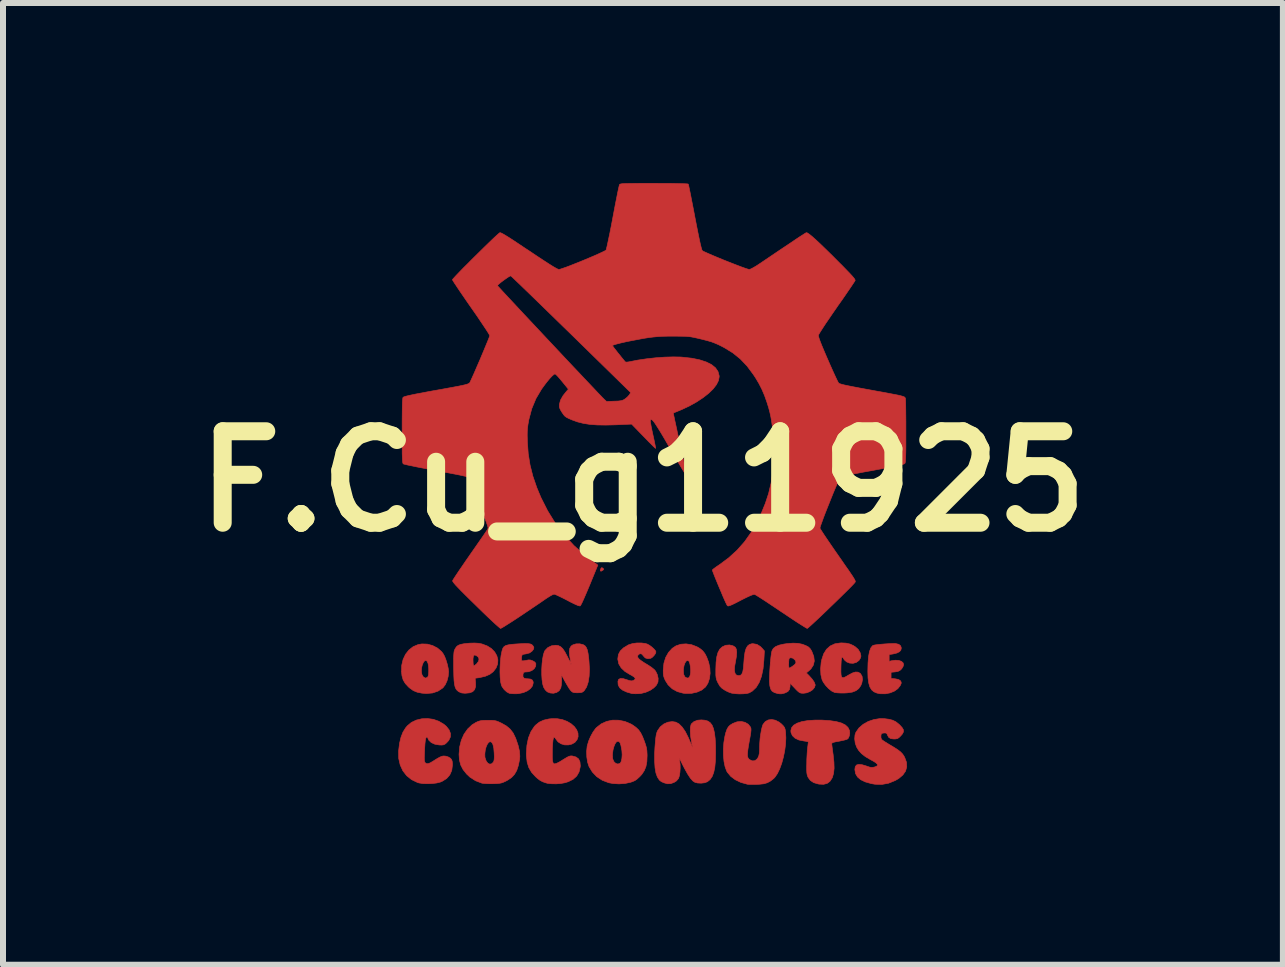
<source format=kicad_pcb>
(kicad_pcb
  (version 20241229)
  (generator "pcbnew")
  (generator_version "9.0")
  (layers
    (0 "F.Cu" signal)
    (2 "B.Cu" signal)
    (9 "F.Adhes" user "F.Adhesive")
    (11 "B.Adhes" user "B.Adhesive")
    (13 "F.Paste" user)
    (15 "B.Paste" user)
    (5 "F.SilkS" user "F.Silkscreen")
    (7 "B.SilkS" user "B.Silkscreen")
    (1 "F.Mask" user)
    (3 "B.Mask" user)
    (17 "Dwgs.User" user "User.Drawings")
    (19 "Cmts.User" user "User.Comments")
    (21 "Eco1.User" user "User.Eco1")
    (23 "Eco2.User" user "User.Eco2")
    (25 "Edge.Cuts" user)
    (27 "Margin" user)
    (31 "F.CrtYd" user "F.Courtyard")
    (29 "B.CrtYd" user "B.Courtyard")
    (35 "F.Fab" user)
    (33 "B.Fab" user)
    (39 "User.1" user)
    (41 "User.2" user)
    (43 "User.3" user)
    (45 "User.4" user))
  (footprint "F.Cu_g11925"
    (layer "F.Cu")
    (at 7.664 4.971)
    (property "Reference" "F.Cu_g11925" (at 0 0 0) (layer "F.SilkS") (effects (font (size 1.524 1.524) (thickness 0.3))))
    (attr through_hole)
    (fp_poly (pts (xy -0.669 1.446) (xy -0.668 1.447) (xy -0.654 1.462) (xy -0.662 1.475) (xy -0.67 1.481) (xy -0.697 1.497) (xy -0.71 1.492) (xy -0.711 1.483) (xy -0.704 1.458) (xy -0.699 1.449) (xy -0.687 1.437) (xy -0.669 1.446)) (stroke (width 0.01) (type solid)) (fill yes) (layer "F.Cu"))
    (fp_poly (pts (xy -3.593 2.712) (xy -3.505 2.736) (xy -3.424 2.778) (xy -3.357 2.836) (xy -3.331 2.87) (xy -3.306 2.915) (xy -3.282 2.977) (xy -3.261 3.046) (xy -3.246 3.113) (xy -3.239 3.168) (xy -3.239 3.174) (xy -3.246 3.25) (xy -3.265 3.324) (xy -3.295 3.389) (xy -3.331 3.437) (xy -3.336 3.442) (xy -3.415 3.495) (xy -3.505 3.526) (xy -3.608 3.535) (xy -3.685 3.529) (xy -3.763 3.513) (xy -3.826 3.487) (xy -3.884 3.446) (xy -3.906 3.427) (xy -3.96 3.369) (xy -3.996 3.309) (xy -4.016 3.239) (xy -4.023 3.173) (xy -4.023 3.17) (xy -3.693 3.17) (xy -3.683 3.221) (xy -3.661 3.258) (xy -3.63 3.276) (xy -3.619 3.277) (xy -3.594 3.266) (xy -3.582 3.252) (xy -3.573 3.221) (xy -3.57 3.174) (xy -3.57 3.12) (xy -3.575 3.067) (xy -3.582 3.032) (xy -3.598 2.997) (xy -3.618 2.984) (xy -3.64 2.992) (xy -3.661 3.02) (xy -3.679 3.065) (xy -3.689 3.108) (xy -3.693 3.17) (xy -4.023 3.17) (xy -4.02 3.065) (xy -3.997 2.967) (xy -3.956 2.881) (xy -3.9 2.81) (xy -3.83 2.755) (xy -3.747 2.72) (xy -3.684 2.709) (xy -3.593 2.712)) (stroke (width 0.01) (type solid)) (fill yes) (layer "F.Cu"))
    (fp_poly (pts (xy 0.81 2.722) (xy 0.899 2.756) (xy 0.947 2.784) (xy 0.993 2.821) (xy 1.03 2.867) (xy 1.061 2.926) (xy 1.091 3.006) (xy 1.094 3.014) (xy 1.114 3.106) (xy 1.119 3.199) (xy 1.108 3.286) (xy 1.082 3.364) (xy 1.043 3.425) (xy 1.041 3.427) (xy 0.98 3.477) (xy 0.901 3.512) (xy 0.811 3.532) (xy 0.714 3.534) (xy 0.67 3.53) (xy 0.572 3.503) (xy 0.488 3.457) (xy 0.419 3.391) (xy 0.372 3.317) (xy 0.354 3.276) (xy 0.343 3.24) (xy 0.338 3.198) (xy 0.338 3.158) (xy 0.673 3.158) (xy 0.679 3.218) (xy 0.698 3.257) (xy 0.729 3.275) (xy 0.744 3.277) (xy 0.765 3.272) (xy 0.778 3.253) (xy 0.788 3.223) (xy 0.794 3.183) (xy 0.794 3.132) (xy 0.789 3.08) (xy 0.78 3.033) (xy 0.769 3.001) (xy 0.763 2.994) (xy 0.741 2.984) (xy 0.719 2.996) (xy 0.7 3.026) (xy 0.684 3.07) (xy 0.675 3.123) (xy 0.673 3.158) (xy 0.338 3.158) (xy 0.338 3.141) (xy 0.338 3.137) (xy 0.349 3.03) (xy 0.379 2.933) (xy 0.426 2.85) (xy 0.488 2.782) (xy 0.55 2.741) (xy 0.63 2.714) (xy 0.718 2.708) (xy 0.81 2.722)) (stroke (width 0.01) (type solid)) (fill yes) (layer "F.Cu"))
    (fp_poly (pts (xy 4.21 2.703) (xy 4.262 2.715) (xy 4.294 2.741) (xy 4.305 2.777) (xy 4.297 2.812) (xy 4.275 2.838) (xy 4.232 2.86) (xy 4.172 2.875) (xy 4.162 2.877) (xy 4.102 2.886) (xy 4.102 2.999) (xy 4.143 2.989) (xy 4.206 2.98) (xy 4.262 2.984) (xy 4.307 2.999) (xy 4.335 3.025) (xy 4.343 3.054) (xy 4.335 3.083) (xy 4.315 3.117) (xy 4.307 3.127) (xy 4.279 3.153) (xy 4.247 3.167) (xy 4.202 3.175) (xy 4.134 3.181) (xy 4.134 3.283) (xy 4.202 3.29) (xy 4.254 3.3) (xy 4.284 3.317) (xy 4.288 3.321) (xy 4.302 3.344) (xy 4.303 3.365) (xy 4.291 3.394) (xy 4.286 3.404) (xy 4.246 3.455) (xy 4.188 3.496) (xy 4.116 3.525) (xy 4.037 3.54) (xy 3.955 3.539) (xy 3.899 3.528) (xy 3.849 3.507) (xy 3.81 3.474) (xy 3.781 3.426) (xy 3.762 3.361) (xy 3.75 3.277) (xy 3.747 3.17) (xy 3.747 3.159) (xy 3.75 3.027) (xy 3.759 2.919) (xy 3.774 2.836) (xy 3.796 2.776) (xy 3.824 2.74) (xy 3.839 2.732) (xy 3.865 2.726) (xy 3.91 2.72) (xy 3.968 2.714) (xy 4.031 2.709) (xy 4.095 2.705) (xy 4.152 2.703) (xy 4.197 2.702) (xy 4.21 2.703)) (stroke (width 0.01) (type solid)) (fill yes) (layer "F.Cu"))
    (fp_poly (pts (xy 1.898 2.716) (xy 1.955 2.751) (xy 1.988 2.784) (xy 2.023 2.825) (xy 2.015 2.978) (xy 2.001 3.123) (xy 1.975 3.248) (xy 1.936 3.352) (xy 1.886 3.434) (xy 1.823 3.494) (xy 1.769 3.525) (xy 1.728 3.535) (xy 1.671 3.54) (xy 1.605 3.542) (xy 1.54 3.538) (xy 1.482 3.53) (xy 1.478 3.529) (xy 1.438 3.516) (xy 1.39 3.494) (xy 1.358 3.476) (xy 1.313 3.445) (xy 1.281 3.411) (xy 1.253 3.363) (xy 1.251 3.36) (xy 1.235 3.327) (xy 1.224 3.298) (xy 1.218 3.268) (xy 1.214 3.23) (xy 1.214 3.178) (xy 1.214 3.131) (xy 1.218 3.016) (xy 1.23 2.923) (xy 1.25 2.851) (xy 1.28 2.796) (xy 1.321 2.758) (xy 1.372 2.734) (xy 1.381 2.731) (xy 1.442 2.726) (xy 1.5 2.74) (xy 1.538 2.764) (xy 1.555 2.795) (xy 1.562 2.846) (xy 1.557 2.916) (xy 1.543 2.997) (xy 1.527 3.085) (xy 1.524 3.152) (xy 1.534 3.2) (xy 1.557 3.228) (xy 1.593 3.238) (xy 1.596 3.238) (xy 1.625 3.232) (xy 1.647 3.211) (xy 1.663 3.173) (xy 1.673 3.115) (xy 1.68 3.035) (xy 1.68 3.033) (xy 1.688 2.928) (xy 1.7 2.847) (xy 1.718 2.786) (xy 1.742 2.744) (xy 1.774 2.718) (xy 1.813 2.706) (xy 1.833 2.705) (xy 1.898 2.716)) (stroke (width 0.01) (type solid)) (fill yes) (layer "F.Cu"))
    (fp_poly (pts (xy 3.385 2.696) (xy 3.447 2.71) (xy 3.503 2.735) (xy 3.538 2.757) (xy 3.587 2.801) (xy 3.619 2.855) (xy 3.632 2.91) (xy 3.632 2.913) (xy 3.624 2.944) (xy 3.603 2.978) (xy 3.597 2.986) (xy 3.553 3.018) (xy 3.5 3.032) (xy 3.444 3.028) (xy 3.393 3.008) (xy 3.353 2.972) (xy 3.342 2.953) (xy 3.328 2.931) (xy 3.317 2.929) (xy 3.309 2.949) (xy 3.303 2.991) (xy 3.3 3.057) (xy 3.299 3.098) (xy 3.298 3.174) (xy 3.301 3.227) (xy 3.309 3.259) (xy 3.324 3.272) (xy 3.35 3.269) (xy 3.387 3.251) (xy 3.425 3.228) (xy 3.49 3.193) (xy 3.541 3.177) (xy 3.583 3.179) (xy 3.618 3.198) (xy 3.626 3.206) (xy 3.651 3.248) (xy 3.658 3.302) (xy 3.646 3.364) (xy 3.629 3.404) (xy 3.595 3.453) (xy 3.549 3.488) (xy 3.487 3.512) (xy 3.406 3.524) (xy 3.354 3.527) (xy 3.296 3.527) (xy 3.243 3.524) (xy 3.203 3.52) (xy 3.192 3.517) (xy 3.144 3.494) (xy 3.093 3.453) (xy 3.045 3.402) (xy 3.006 3.348) (xy 2.985 3.307) (xy 2.965 3.224) (xy 2.96 3.126) (xy 2.969 3.021) (xy 2.979 2.971) (xy 3.011 2.874) (xy 3.058 2.798) (xy 3.12 2.743) (xy 3.197 2.707) (xy 3.288 2.693) (xy 3.309 2.692) (xy 3.385 2.696)) (stroke (width 0.01) (type solid)) (fill yes) (layer "F.Cu"))
    (fp_poly (pts (xy -2.742 2.698) (xy -2.684 2.709) (xy -2.682 2.71) (xy -2.596 2.742) (xy -2.525 2.787) (xy -2.471 2.843) (xy -2.435 2.906) (xy -2.418 2.974) (xy -2.422 3.043) (xy -2.448 3.11) (xy -2.494 3.17) (xy -2.552 3.215) (xy -2.628 3.248) (xy -2.723 3.27) (xy -2.742 3.273) (xy -2.797 3.28) (xy -2.79 3.349) (xy -2.789 3.419) (xy -2.805 3.47) (xy -2.838 3.505) (xy -2.89 3.524) (xy -2.963 3.531) (xy -3.02 3.526) (xy -3.064 3.508) (xy -3.074 3.502) (xy -3.098 3.482) (xy -3.117 3.457) (xy -3.131 3.424) (xy -3.141 3.379) (xy -3.148 3.319) (xy -3.152 3.241) (xy -3.154 3.143) (xy -3.155 3.092) (xy -3.155 3.005) (xy -3.155 2.985) (xy -2.832 2.985) (xy -2.83 3.034) (xy -2.825 3.065) (xy -2.818 3.073) (xy -2.802 3.065) (xy -2.776 3.044) (xy -2.768 3.036) (xy -2.739 2.996) (xy -2.732 2.958) (xy -2.748 2.925) (xy -2.759 2.915) (xy -2.792 2.896) (xy -2.814 2.895) (xy -2.826 2.914) (xy -2.832 2.956) (xy -2.832 2.985) (xy -3.155 2.985) (xy -3.155 2.939) (xy -3.153 2.89) (xy -3.15 2.854) (xy -3.146 2.828) (xy -3.139 2.808) (xy -3.13 2.789) (xy -3.129 2.788) (xy -3.108 2.756) (xy -3.08 2.733) (xy -3.04 2.717) (xy -2.984 2.706) (xy -2.908 2.698) (xy -2.883 2.696) (xy -2.805 2.694) (xy -2.742 2.698)) (stroke (width 0.01) (type solid)) (fill yes) (layer "F.Cu"))
    (fp_poly (pts (xy 2.98 3.978) (xy 3.112 3.987) (xy 3.221 4.003) (xy 3.308 4.027) (xy 3.373 4.06) (xy 3.417 4.102) (xy 3.441 4.151) (xy 3.446 4.195) (xy 3.438 4.242) (xy 3.421 4.28) (xy 3.41 4.292) (xy 3.391 4.301) (xy 3.352 4.312) (xy 3.301 4.323) (xy 3.268 4.33) (xy 3.21 4.34) (xy 3.174 4.349) (xy 3.154 4.358) (xy 3.146 4.368) (xy 3.145 4.376) (xy 3.148 4.398) (xy 3.153 4.439) (xy 3.16 4.493) (xy 3.169 4.555) (xy 3.169 4.558) (xy 3.182 4.68) (xy 3.185 4.781) (xy 3.176 4.864) (xy 3.157 4.931) (xy 3.151 4.944) (xy 3.115 4.999) (xy 3.069 5.033) (xy 3.01 5.048) (xy 2.935 5.045) (xy 2.919 5.042) (xy 2.844 5.02) (xy 2.789 4.983) (xy 2.753 4.934) (xy 2.742 4.91) (xy 2.735 4.885) (xy 2.73 4.853) (xy 2.728 4.808) (xy 2.728 4.746) (xy 2.729 4.71) (xy 2.73 4.636) (xy 2.734 4.561) (xy 2.738 4.494) (xy 2.743 4.444) (xy 2.743 4.443) (xy 2.749 4.397) (xy 2.753 4.361) (xy 2.755 4.343) (xy 2.756 4.342) (xy 2.744 4.337) (xy 2.714 4.331) (xy 2.68 4.326) (xy 2.599 4.31) (xy 2.535 4.28) (xy 2.49 4.238) (xy 2.467 4.186) (xy 2.464 4.156) (xy 2.476 4.106) (xy 2.511 4.063) (xy 2.569 4.029) (xy 2.648 4.003) (xy 2.748 3.986) (xy 2.867 3.978) (xy 2.98 3.978)) (stroke (width 0.01) (type solid)) (fill yes) (layer "F.Cu"))
    (fp_poly (pts (xy -0.405 3.98) (xy -0.301 4.001) (xy -0.201 4.043) (xy -0.166 4.064) (xy -0.114 4.102) (xy -0.072 4.142) (xy -0.038 4.191) (xy -0.007 4.253) (xy 0.022 4.327) (xy 0.044 4.39) (xy 0.058 4.44) (xy 0.065 4.487) (xy 0.068 4.54) (xy 0.069 4.566) (xy 0.065 4.667) (xy 0.05 4.75) (xy 0.022 4.82) (xy -0.019 4.882) (xy -0.051 4.917) (xy -0.095 4.958) (xy -0.134 4.986) (xy -0.179 5.005) (xy -0.209 5.015) (xy -0.299 5.034) (xy -0.4 5.041) (xy -0.5 5.035) (xy -0.57 5.022) (xy -0.678 4.981) (xy -0.77 4.921) (xy -0.844 4.843) (xy -0.899 4.752) (xy -0.923 4.679) (xy -0.936 4.592) (xy -0.936 4.588) (xy -0.509 4.588) (xy -0.503 4.628) (xy -0.484 4.671) (xy -0.454 4.699) (xy -0.42 4.71) (xy -0.387 4.701) (xy -0.376 4.693) (xy -0.361 4.663) (xy -0.351 4.615) (xy -0.347 4.556) (xy -0.351 4.491) (xy -0.356 4.458) (xy -0.368 4.398) (xy -0.381 4.359) (xy -0.396 4.338) (xy -0.416 4.331) (xy -0.419 4.331) (xy -0.443 4.342) (xy -0.465 4.374) (xy -0.484 4.42) (xy -0.499 4.475) (xy -0.507 4.533) (xy -0.509 4.588) (xy -0.936 4.588) (xy -0.939 4.5) (xy -0.93 4.412) (xy -0.928 4.405) (xy -0.906 4.329) (xy -0.872 4.25) (xy -0.832 4.177) (xy -0.788 4.116) (xy -0.774 4.102) (xy -0.696 4.041) (xy -0.606 4) (xy -0.507 3.979) (xy -0.405 3.98)) (stroke (width 0.01) (type solid)) (fill yes) (layer "F.Cu"))
    (fp_poly (pts (xy -1.427 3.955) (xy -1.343 3.97) (xy -1.266 3.999) (xy -1.199 4.038) (xy -1.144 4.086) (xy -1.105 4.139) (xy -1.083 4.196) (xy -1.081 4.255) (xy -1.098 4.304) (xy -1.134 4.349) (xy -1.185 4.378) (xy -1.244 4.392) (xy -1.306 4.391) (xy -1.365 4.373) (xy -1.415 4.341) (xy -1.447 4.3) (xy -1.464 4.275) (xy -1.479 4.263) (xy -1.48 4.262) (xy -1.49 4.273) (xy -1.499 4.309) (xy -1.505 4.368) (xy -1.51 4.449) (xy -1.511 4.526) (xy -1.511 4.606) (xy -1.507 4.661) (xy -1.496 4.695) (xy -1.476 4.708) (xy -1.444 4.701) (xy -1.397 4.678) (xy -1.332 4.638) (xy -1.327 4.635) (xy -1.276 4.604) (xy -1.241 4.585) (xy -1.213 4.576) (xy -1.188 4.575) (xy -1.177 4.576) (xy -1.116 4.593) (xy -1.073 4.625) (xy -1.05 4.674) (xy -1.044 4.74) (xy -1.046 4.759) (xy -1.065 4.842) (xy -1.104 4.91) (xy -1.165 4.965) (xy -1.246 5.005) (xy -1.301 5.022) (xy -1.368 5.034) (xy -1.444 5.04) (xy -1.521 5.039) (xy -1.588 5.032) (xy -1.619 5.024) (xy -1.673 5.005) (xy -1.717 4.981) (xy -1.761 4.947) (xy -1.788 4.923) (xy -1.855 4.85) (xy -1.902 4.77) (xy -1.93 4.68) (xy -1.942 4.574) (xy -1.943 4.537) (xy -1.934 4.399) (xy -1.909 4.276) (xy -1.867 4.171) (xy -1.809 4.083) (xy -1.786 4.059) (xy -1.727 4.012) (xy -1.655 3.979) (xy -1.568 3.959) (xy -1.516 3.954) (xy -1.427 3.955)) (stroke (width 0.01) (type solid)) (fill yes) (layer "F.Cu"))
    (fp_poly (pts (xy -2.524 3.982) (xy -2.481 3.985) (xy -2.446 3.992) (xy -2.41 4.005) (xy -2.365 4.026) (xy -2.362 4.027) (xy -2.277 4.075) (xy -2.213 4.129) (xy -2.163 4.194) (xy -2.123 4.277) (xy -2.12 4.284) (xy -2.081 4.398) (xy -2.058 4.496) (xy -2.052 4.58) (xy -2.056 4.633) (xy -2.077 4.736) (xy -2.104 4.818) (xy -2.141 4.882) (xy -2.189 4.934) (xy -2.252 4.977) (xy -2.283 4.994) (xy -2.324 5.013) (xy -2.358 5.025) (xy -2.394 5.032) (xy -2.44 5.036) (xy -2.501 5.038) (xy -2.563 5.038) (xy -2.62 5.036) (xy -2.665 5.032) (xy -2.684 5.029) (xy -2.789 4.989) (xy -2.884 4.928) (xy -2.938 4.877) (xy -2.998 4.802) (xy -3.037 4.726) (xy -3.059 4.641) (xy -3.065 4.547) (xy -3.064 4.538) (xy -2.635 4.538) (xy -2.634 4.592) (xy -2.63 4.61) (xy -2.612 4.661) (xy -2.585 4.696) (xy -2.554 4.712) (xy -2.523 4.707) (xy -2.494 4.68) (xy -2.494 4.68) (xy -2.484 4.658) (xy -2.479 4.629) (xy -2.477 4.587) (xy -2.479 4.531) (xy -2.486 4.445) (xy -2.5 4.385) (xy -2.52 4.349) (xy -2.546 4.337) (xy -2.571 4.349) (xy -2.594 4.38) (xy -2.614 4.426) (xy -2.628 4.48) (xy -2.635 4.538) (xy -3.064 4.538) (xy -3.055 4.426) (xy -3.027 4.314) (xy -2.982 4.213) (xy -2.921 4.126) (xy -2.847 4.056) (xy -2.783 4.017) (xy -2.746 4) (xy -2.712 3.99) (xy -2.674 3.984) (xy -2.623 3.982) (xy -2.584 3.982) (xy -2.524 3.982)) (stroke (width 0.01) (type solid)) (fill yes) (layer "F.Cu"))
    (fp_poly (pts (xy 0.042 2.702) (xy 0.073 2.712) (xy 0.109 2.732) (xy 0.147 2.76) (xy 0.182 2.792) (xy 0.207 2.821) (xy 0.216 2.842) (xy 0.207 2.871) (xy 0.183 2.904) (xy 0.154 2.933) (xy 0.13 2.948) (xy 0.081 2.955) (xy 0.038 2.942) (xy 0.007 2.909) (xy 0.006 2.907) (xy -0.019 2.878) (xy -0.048 2.871) (xy -0.074 2.885) (xy -0.088 2.906) (xy -0.089 2.928) (xy -0.073 2.953) (xy -0.039 2.982) (xy 0.015 3.019) (xy 0.075 3.055) (xy 0.142 3.099) (xy 0.191 3.139) (xy 0.212 3.165) (xy 0.239 3.221) (xy 0.253 3.284) (xy 0.25 3.342) (xy 0.249 3.345) (xy 0.224 3.396) (xy 0.179 3.442) (xy 0.118 3.483) (xy 0.047 3.514) (xy -0.031 3.534) (xy -0.076 3.538) (xy -0.123 3.539) (xy -0.163 3.538) (xy -0.184 3.536) (xy -0.273 3.51) (xy -0.338 3.48) (xy -0.383 3.445) (xy -0.408 3.404) (xy -0.414 3.383) (xy -0.417 3.332) (xy -0.405 3.299) (xy -0.376 3.285) (xy -0.329 3.287) (xy -0.274 3.304) (xy -0.227 3.319) (xy -0.196 3.325) (xy -0.172 3.322) (xy -0.16 3.318) (xy -0.134 3.3) (xy -0.13 3.281) (xy -0.149 3.259) (xy -0.191 3.232) (xy -0.213 3.221) (xy -0.3 3.168) (xy -0.363 3.108) (xy -0.403 3.042) (xy -0.419 2.967) (xy -0.419 2.953) (xy -0.409 2.885) (xy -0.378 2.826) (xy -0.325 2.775) (xy -0.248 2.728) (xy -0.235 2.722) (xy -0.174 2.703) (xy -0.102 2.693) (xy -0.026 2.693) (xy 0.042 2.702)) (stroke (width 0.01) (type solid)) (fill yes) (layer "F.Cu"))
    (fp_poly (pts (xy -1.914 2.704) (xy -1.879 2.709) (xy -1.856 2.718) (xy -1.839 2.732) (xy -1.838 2.733) (xy -1.819 2.763) (xy -1.821 2.792) (xy -1.845 2.825) (xy -1.851 2.831) (xy -1.89 2.859) (xy -1.942 2.873) (xy -1.951 2.875) (xy -1.99 2.881) (xy -2.01 2.889) (xy -2.019 2.906) (xy -2.023 2.931) (xy -2.024 2.964) (xy -2.021 2.986) (xy -2.02 2.988) (xy -2.003 2.991) (xy -1.971 2.988) (xy -1.948 2.983) (xy -1.905 2.975) (xy -1.874 2.977) (xy -1.842 2.989) (xy -1.838 2.99) (xy -1.801 3.012) (xy -1.785 3.037) (xy -1.787 3.071) (xy -1.789 3.082) (xy -1.812 3.121) (xy -1.852 3.153) (xy -1.904 3.172) (xy -1.937 3.175) (xy -1.971 3.177) (xy -1.988 3.185) (xy -1.997 3.206) (xy -1.999 3.215) (xy -2 3.255) (xy -1.982 3.279) (xy -1.944 3.289) (xy -1.928 3.289) (xy -1.876 3.294) (xy -1.844 3.311) (xy -1.83 3.34) (xy -1.829 3.358) (xy -1.841 3.408) (xy -1.875 3.453) (xy -1.926 3.491) (xy -1.993 3.52) (xy -2.07 3.536) (xy -2.102 3.539) (xy -2.153 3.539) (xy -2.2 3.536) (xy -2.229 3.531) (xy -2.272 3.507) (xy -2.314 3.468) (xy -2.348 3.421) (xy -2.36 3.393) (xy -2.373 3.337) (xy -2.38 3.262) (xy -2.383 3.175) (xy -2.381 3.081) (xy -2.375 2.989) (xy -2.365 2.903) (xy -2.35 2.83) (xy -2.346 2.815) (xy -2.334 2.78) (xy -2.316 2.755) (xy -2.289 2.737) (xy -2.248 2.725) (xy -2.191 2.716) (xy -2.118 2.71) (xy -2.03 2.705) (xy -1.963 2.702) (xy -1.914 2.704)) (stroke (width 0.01) (type solid)) (fill yes) (layer "F.Cu"))
    (fp_poly (pts (xy -3.494 3.965) (xy -3.403 3.997) (xy -3.32 4.046) (xy -3.279 4.08) (xy -3.231 4.14) (xy -3.208 4.2) (xy -3.209 4.259) (xy -3.236 4.316) (xy -3.273 4.357) (xy -3.3 4.379) (xy -3.324 4.39) (xy -3.354 4.394) (xy -3.398 4.392) (xy -3.47 4.379) (xy -3.528 4.352) (xy -3.569 4.313) (xy -3.581 4.287) (xy -3.592 4.263) (xy -3.602 4.259) (xy -3.612 4.268) (xy -3.62 4.285) (xy -3.627 4.32) (xy -3.633 4.375) (xy -3.638 4.453) (xy -3.639 4.478) (xy -3.642 4.552) (xy -3.644 4.605) (xy -3.643 4.642) (xy -3.64 4.665) (xy -3.634 4.681) (xy -3.626 4.691) (xy -3.606 4.704) (xy -3.581 4.704) (xy -3.546 4.691) (xy -3.498 4.663) (xy -3.486 4.655) (xy -3.427 4.618) (xy -3.383 4.594) (xy -3.348 4.58) (xy -3.319 4.576) (xy -3.288 4.579) (xy -3.286 4.579) (xy -3.245 4.592) (xy -3.209 4.613) (xy -3.205 4.617) (xy -3.188 4.639) (xy -3.179 4.665) (xy -3.175 4.704) (xy -3.175 4.727) (xy -3.186 4.816) (xy -3.219 4.891) (xy -3.272 4.952) (xy -3.346 4.998) (xy -3.377 5.011) (xy -3.437 5.026) (xy -3.51 5.035) (xy -3.589 5.038) (xy -3.665 5.036) (xy -3.729 5.026) (xy -3.755 5.019) (xy -3.855 4.971) (xy -3.937 4.905) (xy -4.001 4.823) (xy -4.045 4.727) (xy -4.07 4.619) (xy -4.072 4.5) (xy -4.071 4.483) (xy -4.056 4.363) (xy -4.032 4.263) (xy -4 4.18) (xy -3.956 4.109) (xy -3.928 4.075) (xy -3.859 4.017) (xy -3.777 3.978) (xy -3.686 3.956) (xy -3.59 3.952) (xy -3.494 3.965)) (stroke (width 0.01) (type solid)) (fill yes) (layer "F.Cu"))
    (fp_poly (pts (xy -1 2.72) (xy -0.989 2.725) (xy -0.963 2.743) (xy -0.943 2.771) (xy -0.927 2.81) (xy -0.915 2.866) (xy -0.905 2.942) (xy -0.9 2.992) (xy -0.892 3.127) (xy -0.897 3.246) (xy -0.913 3.346) (xy -0.94 3.427) (xy -0.978 3.486) (xy -0.991 3.499) (xy -1.014 3.514) (xy -1.046 3.521) (xy -1.094 3.523) (xy -1.096 3.523) (xy -1.141 3.521) (xy -1.169 3.514) (xy -1.19 3.5) (xy -1.21 3.478) (xy -1.231 3.449) (xy -1.259 3.403) (xy -1.29 3.35) (xy -1.309 3.315) (xy -1.334 3.269) (xy -1.352 3.237) (xy -1.363 3.221) (xy -1.364 3.224) (xy -1.357 3.271) (xy -1.356 3.331) (xy -1.36 3.392) (xy -1.369 3.441) (xy -1.371 3.445) (xy -1.397 3.489) (xy -1.44 3.518) (xy -1.492 3.531) (xy -1.548 3.526) (xy -1.595 3.507) (xy -1.63 3.473) (xy -1.657 3.427) (xy -1.672 3.373) (xy -1.682 3.302) (xy -1.687 3.219) (xy -1.687 3.132) (xy -1.682 3.045) (xy -1.682 3.042) (xy -1.206 3.042) (xy -1.2 3.048) (xy -1.194 3.042) (xy -1.2 3.035) (xy -1.206 3.042) (xy -1.682 3.042) (xy -1.673 2.963) (xy -1.66 2.892) (xy -1.643 2.838) (xy -1.633 2.819) (xy -1.586 2.77) (xy -1.524 2.74) (xy -1.456 2.731) (xy -1.412 2.736) (xy -1.374 2.754) (xy -1.338 2.787) (xy -1.302 2.84) (xy -1.264 2.911) (xy -1.237 2.965) (xy -1.219 2.996) (xy -1.21 3.004) (xy -1.209 2.989) (xy -1.214 2.951) (xy -1.221 2.908) (xy -1.228 2.837) (xy -1.22 2.783) (xy -1.198 2.745) (xy -1.167 2.724) (xy -1.115 2.708) (xy -1.055 2.707) (xy -1 2.72)) (stroke (width 0.01) (type solid)) (fill yes) (layer "F.Cu"))
    (fp_poly (pts (xy 2.206 3.98) (xy 2.269 4.012) (xy 2.309 4.044) (xy 2.341 4.077) (xy 2.36 4.104) (xy 2.37 4.137) (xy 2.376 4.18) (xy 2.381 4.275) (xy 2.376 4.379) (xy 2.362 4.487) (xy 2.34 4.595) (xy 2.312 4.698) (xy 2.278 4.791) (xy 2.24 4.87) (xy 2.198 4.931) (xy 2.178 4.952) (xy 2.124 4.994) (xy 2.072 5.022) (xy 2.015 5.039) (xy 1.944 5.047) (xy 1.899 5.049) (xy 1.841 5.05) (xy 1.79 5.05) (xy 1.752 5.048) (xy 1.74 5.047) (xy 1.632 5.017) (xy 1.538 4.972) (xy 1.462 4.915) (xy 1.405 4.846) (xy 1.394 4.826) (xy 1.368 4.755) (xy 1.35 4.667) (xy 1.341 4.566) (xy 1.34 4.458) (xy 1.348 4.35) (xy 1.365 4.248) (xy 1.379 4.19) (xy 1.399 4.133) (xy 1.422 4.092) (xy 1.452 4.062) (xy 1.497 4.034) (xy 1.497 4.034) (xy 1.567 4.007) (xy 1.637 4.001) (xy 1.7 4.015) (xy 1.754 4.047) (xy 1.79 4.092) (xy 1.797 4.107) (xy 1.8 4.125) (xy 1.8 4.15) (xy 1.796 4.187) (xy 1.788 4.239) (xy 1.775 4.312) (xy 1.774 4.314) (xy 1.758 4.407) (xy 1.747 4.479) (xy 1.742 4.532) (xy 1.741 4.571) (xy 1.747 4.599) (xy 1.757 4.619) (xy 1.773 4.635) (xy 1.818 4.657) (xy 1.86 4.656) (xy 1.893 4.635) (xy 1.915 4.607) (xy 1.93 4.574) (xy 1.939 4.529) (xy 1.943 4.467) (xy 1.943 4.428) (xy 1.946 4.357) (xy 1.952 4.28) (xy 1.963 4.204) (xy 1.975 4.136) (xy 1.989 4.081) (xy 2 4.051) (xy 2.038 4.003) (xy 2.087 3.976) (xy 2.144 3.968) (xy 2.206 3.98)) (stroke (width 0.01) (type solid)) (fill yes) (layer "F.Cu"))
    (fp_poly (pts (xy 2.582 2.699) (xy 2.655 2.714) (xy 2.715 2.737) (xy 2.758 2.76) (xy 2.786 2.788) (xy 2.812 2.829) (xy 2.813 2.832) (xy 2.846 2.917) (xy 2.855 2.994) (xy 2.839 3.062) (xy 2.8 3.123) (xy 2.772 3.15) (xy 2.722 3.192) (xy 2.771 3.241) (xy 2.818 3.294) (xy 2.852 3.343) (xy 2.868 3.384) (xy 2.87 3.397) (xy 2.857 3.436) (xy 2.826 3.473) (xy 2.78 3.503) (xy 2.726 3.524) (xy 2.675 3.531) (xy 2.644 3.53) (xy 2.62 3.525) (xy 2.598 3.512) (xy 2.571 3.489) (xy 2.533 3.45) (xy 2.531 3.447) (xy 2.451 3.364) (xy 2.451 3.416) (xy 2.442 3.466) (xy 2.415 3.502) (xy 2.366 3.526) (xy 2.353 3.53) (xy 2.31 3.54) (xy 2.275 3.54) (xy 2.242 3.535) (xy 2.189 3.519) (xy 2.151 3.495) (xy 2.127 3.459) (xy 2.114 3.408) (xy 2.108 3.337) (xy 2.108 3.312) (xy 2.11 3.241) (xy 2.113 3.161) (xy 2.118 3.079) (xy 2.119 3.069) (xy 2.428 3.069) (xy 2.431 3.099) (xy 2.436 3.111) (xy 2.436 3.111) (xy 2.453 3.105) (xy 2.481 3.088) (xy 2.489 3.083) (xy 2.529 3.052) (xy 2.548 3.026) (xy 2.546 2.999) (xy 2.532 2.975) (xy 2.499 2.947) (xy 2.469 2.94) (xy 2.449 2.941) (xy 2.438 2.948) (xy 2.432 2.966) (xy 2.429 3.001) (xy 2.428 3.026) (xy 2.428 3.069) (xy 2.119 3.069) (xy 2.125 2.999) (xy 2.132 2.928) (xy 2.14 2.869) (xy 2.148 2.829) (xy 2.15 2.823) (xy 2.172 2.784) (xy 2.211 2.753) (xy 2.269 2.729) (xy 2.349 2.711) (xy 2.399 2.704) (xy 2.499 2.696) (xy 2.582 2.699)) (stroke (width 0.01) (type solid)) (fill yes) (layer "F.Cu"))
    (fp_poly (pts (xy 1.031 3.98) (xy 1.08 3.994) (xy 1.119 4.02) (xy 1.151 4.061) (xy 1.174 4.117) (xy 1.191 4.191) (xy 1.203 4.284) (xy 1.209 4.399) (xy 1.21 4.528) (xy 1.207 4.657) (xy 1.197 4.764) (xy 1.179 4.85) (xy 1.153 4.918) (xy 1.118 4.969) (xy 1.074 5.005) (xy 1.029 5.022) (xy 0.97 5.029) (xy 0.909 5.026) (xy 0.866 5.015) (xy 0.831 4.992) (xy 0.79 4.946) (xy 0.744 4.876) (xy 0.694 4.786) (xy 0.664 4.728) (xy 0.64 4.679) (xy 0.62 4.64) (xy 0.607 4.616) (xy 0.603 4.61) (xy 0.604 4.621) (xy 0.609 4.649) (xy 0.612 4.664) (xy 0.619 4.717) (xy 0.62 4.781) (xy 0.616 4.846) (xy 0.607 4.905) (xy 0.593 4.948) (xy 0.592 4.951) (xy 0.557 4.992) (xy 0.517 5.017) (xy 0.461 5.037) (xy 0.409 5.039) (xy 0.352 5.024) (xy 0.305 5.003) (xy 0.273 4.977) (xy 0.246 4.936) (xy 0.239 4.924) (xy 0.216 4.86) (xy 0.201 4.773) (xy 0.194 4.664) (xy 0.194 4.536) (xy 0.2 4.423) (xy 0.207 4.339) (xy 0.213 4.277) (xy 0.22 4.23) (xy 0.228 4.195) (xy 0.238 4.167) (xy 0.244 4.154) (xy 0.288 4.091) (xy 0.347 4.043) (xy 0.414 4.013) (xy 0.486 4.003) (xy 0.546 4.012) (xy 0.599 4.04) (xy 0.653 4.094) (xy 0.706 4.171) (xy 0.757 4.273) (xy 0.795 4.362) (xy 0.81 4.4) (xy 0.821 4.425) (xy 0.825 4.432) (xy 0.823 4.418) (xy 0.817 4.385) (xy 0.809 4.339) (xy 0.806 4.326) (xy 0.793 4.241) (xy 0.788 4.165) (xy 0.79 4.101) (xy 0.8 4.056) (xy 0.807 4.041) (xy 0.85 4.003) (xy 0.911 3.98) (xy 0.972 3.975) (xy 1.031 3.98)) (stroke (width 0.01) (type solid)) (fill yes) (layer "F.Cu"))
    (fp_poly (pts (xy 4.02 3.954) (xy 4.099 3.964) (xy 4.16 3.98) (xy 4.212 4.005) (xy 4.26 4.043) (xy 4.277 4.058) (xy 4.319 4.104) (xy 4.34 4.141) (xy 4.34 4.175) (xy 4.321 4.211) (xy 4.295 4.241) (xy 4.264 4.271) (xy 4.238 4.287) (xy 4.207 4.292) (xy 4.182 4.293) (xy 4.13 4.287) (xy 4.096 4.267) (xy 4.075 4.23) (xy 4.071 4.219) (xy 4.061 4.199) (xy 4.041 4.193) (xy 4.015 4.193) (xy 3.984 4.198) (xy 3.97 4.211) (xy 3.965 4.239) (xy 3.966 4.274) (xy 3.976 4.3) (xy 3.976 4.3) (xy 3.993 4.314) (xy 4.027 4.337) (xy 4.072 4.365) (xy 4.113 4.39) (xy 4.19 4.436) (xy 4.248 4.474) (xy 4.291 4.507) (xy 4.322 4.539) (xy 4.346 4.572) (xy 4.361 4.6) (xy 4.391 4.681) (xy 4.395 4.758) (xy 4.375 4.829) (xy 4.33 4.893) (xy 4.262 4.951) (xy 4.203 4.985) (xy 4.092 5.03) (xy 3.982 5.05) (xy 3.866 5.047) (xy 3.803 5.036) (xy 3.704 5.008) (xy 3.628 4.971) (xy 3.575 4.926) (xy 3.542 4.87) (xy 3.531 4.804) (xy 3.531 4.797) (xy 3.538 4.753) (xy 3.559 4.726) (xy 3.597 4.716) (xy 3.652 4.722) (xy 3.726 4.744) (xy 3.735 4.748) (xy 3.782 4.763) (xy 3.817 4.767) (xy 3.85 4.762) (xy 3.852 4.762) (xy 3.891 4.748) (xy 3.909 4.732) (xy 3.905 4.713) (xy 3.879 4.688) (xy 3.831 4.658) (xy 3.791 4.637) (xy 3.706 4.587) (xy 3.641 4.536) (xy 3.592 4.48) (xy 3.56 4.427) (xy 3.537 4.362) (xy 3.528 4.292) (xy 3.533 4.225) (xy 3.549 4.18) (xy 3.599 4.109) (xy 3.668 4.049) (xy 3.753 4.001) (xy 3.847 3.969) (xy 3.947 3.953) (xy 4.02 3.954)) (stroke (width 0.01) (type solid)) (fill yes) (layer "F.Cu"))
    (fp_poly (pts (xy 0.326 -4.965) (xy 0.45 -4.965) (xy 0.554 -4.963) (xy 0.638 -4.961) (xy 0.701 -4.959) (xy 0.74 -4.957) (xy 0.755 -4.953) (xy 0.755 -4.953) (xy 0.759 -4.939) (xy 0.767 -4.902) (xy 0.779 -4.845) (xy 0.794 -4.771) (xy 0.811 -4.683) (xy 0.831 -4.582) (xy 0.852 -4.473) (xy 0.865 -4.404) (xy 0.892 -4.265) (xy 0.916 -4.144) (xy 0.937 -4.042) (xy 0.955 -3.959) (xy 0.97 -3.898) (xy 0.981 -3.86) (xy 0.987 -3.846) (xy 1.003 -3.835) (xy 1.04 -3.818) (xy 1.094 -3.794) (xy 1.161 -3.765) (xy 1.237 -3.733) (xy 1.319 -3.699) (xy 1.404 -3.665) (xy 1.488 -3.632) (xy 1.568 -3.601) (xy 1.639 -3.574) (xy 1.698 -3.553) (xy 1.743 -3.538) (xy 1.768 -3.531) (xy 1.771 -3.531) (xy 1.794 -3.538) (xy 1.833 -3.558) (xy 1.885 -3.588) (xy 1.946 -3.628) (xy 1.958 -3.636) (xy 2.115 -3.742) (xy 2.251 -3.834) (xy 2.369 -3.913) (xy 2.468 -3.979) (xy 2.549 -4.034) (xy 2.614 -4.077) (xy 2.663 -4.108) (xy 2.697 -4.13) (xy 2.717 -4.142) (xy 2.722 -4.144) (xy 2.739 -4.14) (xy 2.771 -4.119) (xy 2.818 -4.081) (xy 2.88 -4.026) (xy 2.958 -3.953) (xy 3.051 -3.863) (xy 3.162 -3.754) (xy 3.288 -3.627) (xy 3.306 -3.61) (xy 3.38 -3.534) (xy 3.438 -3.474) (xy 3.481 -3.428) (xy 3.51 -3.394) (xy 3.528 -3.37) (xy 3.535 -3.354) (xy 3.535 -3.346) (xy 3.526 -3.331) (xy 3.504 -3.298) (xy 3.471 -3.248) (xy 3.427 -3.184) (xy 3.376 -3.109) (xy 3.318 -3.025) (xy 3.254 -2.935) (xy 3.228 -2.897) (xy 3.163 -2.803) (xy 3.103 -2.715) (xy 3.048 -2.635) (xy 3.002 -2.565) (xy 2.965 -2.507) (xy 2.939 -2.465) (xy 2.925 -2.44) (xy 2.924 -2.435) (xy 2.925 -2.416) (xy 2.935 -2.382) (xy 2.953 -2.332) (xy 2.98 -2.263) (xy 3.017 -2.175) (xy 3.063 -2.067) (xy 3.08 -2.029) (xy 3.12 -1.937) (xy 3.158 -1.852) (xy 3.192 -1.777) (xy 3.221 -1.715) (xy 3.243 -1.669) (xy 3.258 -1.642) (xy 3.262 -1.636) (xy 3.276 -1.629) (xy 3.306 -1.619) (xy 3.353 -1.607) (xy 3.419 -1.593) (xy 3.505 -1.576) (xy 3.614 -1.555) (xy 3.745 -1.531) (xy 3.778 -1.525) (xy 3.914 -1.5) (xy 4.027 -1.48) (xy 4.12 -1.462) (xy 4.194 -1.448) (xy 4.251 -1.437) (xy 4.294 -1.427) (xy 4.325 -1.418) (xy 4.346 -1.411) (xy 4.36 -1.404) (xy 4.367 -1.396) (xy 4.371 -1.388) (xy 4.374 -1.381) (xy 4.375 -1.362) (xy 4.377 -1.321) (xy 4.378 -1.26) (xy 4.379 -1.183) (xy 4.38 -1.091) (xy 4.381 -0.989) (xy 4.381 -0.878) (xy 4.381 -0.837) (xy 4.381 -0.703) (xy 4.381 -0.592) (xy 4.38 -0.502) (xy 4.378 -0.431) (xy 4.376 -0.378) (xy 4.374 -0.34) (xy 4.37 -0.315) (xy 4.366 -0.302) (xy 4.365 -0.3) (xy 4.356 -0.293) (xy 4.337 -0.285) (xy 4.305 -0.276) (xy 4.26 -0.265) (xy 4.198 -0.252) (xy 4.119 -0.236) (xy 4.019 -0.217) (xy 3.897 -0.195) (xy 3.828 -0.182) (xy 3.689 -0.157) (xy 3.574 -0.135) (xy 3.48 -0.117) (xy 3.407 -0.101) (xy 3.352 -0.089) (xy 3.315 -0.078) (xy 3.294 -0.07) (xy 3.288 -0.066) (xy 3.277 -0.048) (xy 3.259 -0.01) (xy 3.234 0.045) (xy 3.205 0.113) (xy 3.172 0.191) (xy 3.138 0.275) (xy 3.103 0.363) (xy 3.068 0.45) (xy 3.035 0.534) (xy 3.006 0.61) (xy 2.982 0.677) (xy 2.963 0.729) (xy 2.952 0.765) (xy 2.949 0.78) (xy 2.958 0.796) (xy 2.979 0.83) (xy 3.012 0.881) (xy 3.054 0.944) (xy 3.105 1.019) (xy 3.162 1.102) (xy 3.224 1.192) (xy 3.234 1.206) (xy 3.31 1.315) (xy 3.372 1.405) (xy 3.423 1.477) (xy 3.462 1.535) (xy 3.492 1.579) (xy 3.513 1.613) (xy 3.527 1.637) (xy 3.535 1.654) (xy 3.538 1.665) (xy 3.538 1.674) (xy 3.535 1.68) (xy 3.534 1.682) (xy 3.521 1.698) (xy 3.493 1.728) (xy 3.451 1.771) (xy 3.398 1.824) (xy 3.336 1.885) (xy 3.268 1.952) (xy 3.196 2.022) (xy 3.121 2.094) (xy 3.048 2.165) (xy 2.977 2.233) (xy 2.911 2.295) (xy 2.852 2.35) (xy 2.803 2.395) (xy 2.766 2.428) (xy 2.743 2.447) (xy 2.737 2.451) (xy 2.723 2.444) (xy 2.689 2.424) (xy 2.64 2.393) (xy 2.576 2.353) (xy 2.502 2.304) (xy 2.418 2.248) (xy 2.327 2.187) (xy 2.301 2.17) (xy 2.209 2.108) (xy 2.122 2.05) (xy 2.044 1.998) (xy 1.976 1.954) (xy 1.921 1.919) (xy 1.882 1.895) (xy 1.86 1.884) (xy 1.858 1.883) (xy 1.834 1.887) (xy 1.789 1.904) (xy 1.724 1.934) (xy 1.64 1.976) (xy 1.627 1.983) (xy 1.554 2.021) (xy 1.499 2.048) (xy 1.461 2.065) (xy 1.435 2.074) (xy 1.419 2.077) (xy 1.408 2.073) (xy 1.405 2.07) (xy 1.396 2.054) (xy 1.379 2.019) (xy 1.356 1.969) (xy 1.329 1.907) (xy 1.3 1.837) (xy 1.269 1.764) (xy 1.239 1.692) (xy 1.211 1.624) (xy 1.187 1.564) (xy 1.169 1.517) (xy 1.158 1.487) (xy 1.156 1.477) (xy 1.166 1.466) (xy 1.193 1.445) (xy 1.233 1.416) (xy 1.274 1.389) (xy 1.43 1.273) (xy 1.568 1.147) (xy 1.692 1.007) (xy 1.803 0.85) (xy 1.904 0.673) (xy 1.968 0.54) (xy 2.039 0.367) (xy 2.094 0.2) (xy 2.134 0.03) (xy 2.162 -0.149) (xy 2.177 -0.304) (xy 2.182 -0.394) (xy 2.186 -0.467) (xy 2.187 -0.532) (xy 2.185 -0.595) (xy 2.18 -0.666) (xy 2.172 -0.752) (xy 2.17 -0.774) (xy 2.158 -0.892) (xy 2.145 -0.99) (xy 2.131 -1.074) (xy 2.114 -1.151) (xy 2.094 -1.227) (xy 2.069 -1.307) (xy 2.068 -1.311) (xy 2.026 -1.43) (xy 1.982 -1.533) (xy 1.933 -1.629) (xy 1.875 -1.727) (xy 1.839 -1.781) (xy 1.735 -1.921) (xy 1.622 -2.04) (xy 1.497 -2.141) (xy 1.355 -2.228) (xy 1.321 -2.246) (xy 1.255 -2.279) (xy 1.196 -2.304) (xy 1.138 -2.326) (xy 1.071 -2.345) (xy 0.99 -2.366) (xy 0.969 -2.371) (xy 0.901 -2.387) (xy 0.846 -2.399) (xy 0.799 -2.408) (xy 0.754 -2.413) (xy 0.705 -2.417) (xy 0.646 -2.418) (xy 0.572 -2.419) (xy 0.508 -2.419) (xy 0.408 -2.419) (xy 0.323 -2.417) (xy 0.245 -2.412) (xy 0.17 -2.405) (xy 0.091 -2.395) (xy 0.003 -2.381) (xy -0.101 -2.361) (xy -0.171 -2.348) (xy -0.277 -2.327) (xy -0.365 -2.307) (xy -0.433 -2.29) (xy -0.48 -2.276) (xy -0.505 -2.266) (xy -0.508 -2.262) (xy -0.501 -2.25) (xy -0.481 -2.223) (xy -0.452 -2.186) (xy -0.418 -2.142) (xy -0.381 -2.097) (xy -0.347 -2.054) (xy -0.318 -2.019) (xy -0.298 -1.995) (xy -0.293 -1.99) (xy -0.276 -1.987) (xy -0.244 -1.99) (xy -0.227 -1.993) (xy -0.09 -2.02) (xy 0.058 -2.042) (xy 0.211 -2.059) (xy 0.361 -2.07) (xy 0.502 -2.074) (xy 0.628 -2.072) (xy 0.661 -2.069) (xy 0.814 -2.052) (xy 0.945 -2.025) (xy 1.055 -1.989) (xy 1.143 -1.945) (xy 1.208 -1.892) (xy 1.25 -1.831) (xy 1.269 -1.761) (xy 1.27 -1.743) (xy 1.258 -1.679) (xy 1.224 -1.611) (xy 1.168 -1.539) (xy 1.094 -1.467) (xy 1.002 -1.395) (xy 0.895 -1.324) (xy 0.775 -1.257) (xy 0.643 -1.195) (xy 0.58 -1.169) (xy 0.506 -1.139) (xy 0.514 -1.093) (xy 0.519 -1.071) (xy 0.528 -1.026) (xy 0.542 -0.963) (xy 0.559 -0.885) (xy 0.578 -0.794) (xy 0.6 -0.694) (xy 0.623 -0.591) (xy 0.646 -0.485) (xy 0.668 -0.387) (xy 0.687 -0.298) (xy 0.704 -0.222) (xy 0.717 -0.162) (xy 0.726 -0.121) (xy 0.73 -0.102) (xy 0.732 -0.092) (xy 0.731 -0.088) (xy 0.728 -0.089) (xy 0.72 -0.099) (xy 0.707 -0.118) (xy 0.688 -0.149) (xy 0.662 -0.192) (xy 0.628 -0.249) (xy 0.584 -0.323) (xy 0.531 -0.415) (xy 0.466 -0.526) (xy 0.422 -0.6) (xy 0.356 -0.714) (xy 0.301 -0.807) (xy 0.255 -0.881) (xy 0.219 -0.938) (xy 0.191 -0.98) (xy 0.169 -1.008) (xy 0.152 -1.024) (xy 0.139 -1.03) (xy 0.129 -1.027) (xy 0.122 -1.018) (xy 0.122 -1.002) (xy 0.128 -0.966) (xy 0.137 -0.914) (xy 0.15 -0.849) (xy 0.165 -0.78) (xy 0.181 -0.708) (xy 0.194 -0.645) (xy 0.204 -0.595) (xy 0.21 -0.562) (xy 0.211 -0.549) (xy 0.201 -0.557) (xy 0.176 -0.58) (xy 0.139 -0.617) (xy 0.092 -0.664) (xy 0.038 -0.72) (xy 0.009 -0.75) (xy -0.189 -0.954) (xy -0.456 -0.942) (xy -0.618 -0.938) (xy -0.759 -0.94) (xy -0.883 -0.949) (xy -0.992 -0.966) (xy -1.091 -0.991) (xy -1.183 -1.024) (xy -1.184 -1.025) (xy -1.238 -1.048) (xy -1.275 -1.067) (xy -1.301 -1.086) (xy -1.323 -1.111) (xy -1.347 -1.146) (xy -1.349 -1.149) (xy -1.375 -1.192) (xy -1.389 -1.224) (xy -1.394 -1.252) (xy -1.392 -1.285) (xy -1.374 -1.354) (xy -1.332 -1.428) (xy -1.282 -1.491) (xy -1.243 -1.536) (xy -1.346 -1.663) (xy -1.386 -1.711) (xy -1.421 -1.751) (xy -1.449 -1.779) (xy -1.465 -1.79) (xy -1.466 -1.791) (xy -1.485 -1.781) (xy -1.517 -1.753) (xy -1.556 -1.711) (xy -1.601 -1.657) (xy -1.648 -1.595) (xy -1.69 -1.537) (xy -1.783 -1.38) (xy -1.853 -1.212) (xy -1.901 -1.032) (xy -1.905 -1.009) (xy -1.917 -0.943) (xy -1.924 -0.886) (xy -1.928 -0.83) (xy -1.929 -0.767) (xy -1.927 -0.69) (xy -1.926 -0.654) (xy -1.912 -0.461) (xy -1.882 -0.274) (xy -1.835 -0.087) (xy -1.769 0.105) (xy -1.701 0.268) (xy -1.589 0.49) (xy -1.459 0.7) (xy -1.312 0.894) (xy -1.15 1.07) (xy -0.976 1.226) (xy -0.913 1.275) (xy -0.752 1.395) (xy -0.889 1.73) (xy -0.925 1.816) (xy -0.959 1.895) (xy -0.989 1.964) (xy -1.014 2.019) (xy -1.033 2.056) (xy -1.044 2.074) (xy -1.045 2.075) (xy -1.061 2.075) (xy -1.093 2.065) (xy -1.142 2.043) (xy -1.211 2.009) (xy -1.26 1.983) (xy -1.326 1.949) (xy -1.385 1.92) (xy -1.434 1.897) (xy -1.468 1.883) (xy -1.482 1.88) (xy -1.503 1.887) (xy -1.538 1.905) (xy -1.583 1.933) (xy -1.614 1.953) (xy -1.718 2.025) (xy -1.822 2.095) (xy -1.923 2.163) (xy -2.019 2.228) (xy -2.108 2.287) (xy -2.188 2.339) (xy -2.256 2.382) (xy -2.311 2.417) (xy -2.35 2.44) (xy -2.37 2.45) (xy -2.373 2.451) (xy -2.386 2.442) (xy -2.415 2.417) (xy -2.459 2.378) (xy -2.514 2.327) (xy -2.58 2.265) (xy -2.654 2.194) (xy -2.734 2.116) (xy -2.786 2.065) (xy -2.885 1.968) (xy -2.967 1.887) (xy -3.033 1.821) (xy -3.084 1.768) (xy -3.123 1.727) (xy -3.149 1.696) (xy -3.165 1.674) (xy -3.172 1.661) (xy -3.172 1.655) (xy -3.164 1.64) (xy -3.142 1.605) (xy -3.109 1.555) (xy -3.067 1.492) (xy -3.016 1.418) (xy -2.959 1.334) (xy -2.897 1.245) (xy -2.887 1.23) (xy -2.824 1.14) (xy -2.765 1.055) (xy -2.712 0.979) (xy -2.666 0.913) (xy -2.63 0.86) (xy -2.605 0.823) (xy -2.592 0.803) (xy -2.592 0.802) (xy -2.587 0.793) (xy -2.584 0.786) (xy -2.582 0.776) (xy -2.584 0.762) (xy -2.589 0.742) (xy -2.599 0.713) (xy -2.613 0.673) (xy -2.634 0.62) (xy -2.662 0.551) (xy -2.697 0.463) (xy -2.741 0.356) (xy -2.758 0.315) (xy -2.808 0.194) (xy -2.849 0.096) (xy -2.882 0.02) (xy -2.908 -0.033) (xy -2.927 -0.066) (xy -2.937 -0.078) (xy -2.955 -0.083) (xy -2.995 -0.092) (xy -3.054 -0.105) (xy -3.13 -0.12) (xy -3.22 -0.137) (xy -3.32 -0.156) (xy -3.429 -0.177) (xy -3.469 -0.184) (xy -3.579 -0.204) (xy -3.683 -0.224) (xy -3.776 -0.242) (xy -3.856 -0.259) (xy -3.92 -0.272) (xy -3.966 -0.283) (xy -3.991 -0.29) (xy -3.994 -0.292) (xy -3.999 -0.299) (xy -4.003 -0.312) (xy -4.006 -0.333) (xy -4.008 -0.365) (xy -4.01 -0.41) (xy -4.012 -0.47) (xy -4.012 -0.548) (xy -4.013 -0.645) (xy -4.013 -0.764) (xy -4.013 -0.844) (xy -4.013 -0.983) (xy -4.012 -1.099) (xy -4.011 -1.192) (xy -4.01 -1.266) (xy -4.008 -1.322) (xy -4.005 -1.362) (xy -4.002 -1.387) (xy -3.998 -1.4) (xy -3.997 -1.4) (xy -3.986 -1.407) (xy -3.961 -1.416) (xy -3.921 -1.426) (xy -3.863 -1.439) (xy -3.787 -1.455) (xy -3.689 -1.473) (xy -3.57 -1.496) (xy -3.486 -1.511) (xy -3.35 -1.535) (xy -3.237 -1.556) (xy -3.144 -1.573) (xy -3.07 -1.587) (xy -3.012 -1.599) (xy -2.968 -1.609) (xy -2.936 -1.618) (xy -2.914 -1.625) (xy -2.9 -1.633) (xy -2.89 -1.64) (xy -2.884 -1.648) (xy -2.882 -1.652) (xy -2.869 -1.68) (xy -2.848 -1.726) (xy -2.821 -1.786) (xy -2.79 -1.857) (xy -2.756 -1.936) (xy -2.72 -2.018) (xy -2.685 -2.102) (xy -2.651 -2.183) (xy -2.62 -2.258) (xy -2.593 -2.323) (xy -2.572 -2.375) (xy -2.558 -2.412) (xy -2.553 -2.428) (xy -2.553 -2.428) (xy -2.56 -2.443) (xy -2.58 -2.477) (xy -2.612 -2.527) (xy -2.654 -2.59) (xy -2.705 -2.666) (xy -2.762 -2.751) (xy -2.826 -2.843) (xy -2.864 -2.897) (xy -2.93 -2.992) (xy -2.991 -3.081) (xy -3.046 -3.161) (xy -3.093 -3.231) (xy -3.113 -3.262) (xy -2.425 -3.262) (xy -2.417 -3.252) (xy -2.392 -3.225) (xy -2.353 -3.182) (xy -2.301 -3.126) (xy -2.237 -3.057) (xy -2.162 -2.977) (xy -2.079 -2.888) (xy -1.988 -2.79) (xy -1.891 -2.687) (xy -1.789 -2.578) (xy -1.684 -2.466) (xy -1.577 -2.352) (xy -1.469 -2.237) (xy -1.362 -2.123) (xy -1.258 -2.012) (xy -1.157 -1.905) (xy -1.061 -1.804) (xy -0.972 -1.709) (xy -0.891 -1.624) (xy -0.819 -1.548) (xy -0.758 -1.483) (xy -0.709 -1.432) (xy -0.674 -1.395) (xy -0.653 -1.375) (xy -0.652 -1.373) (xy -0.607 -1.331) (xy -0.477 -1.336) (xy -0.415 -1.338) (xy -0.373 -1.343) (xy -0.343 -1.35) (xy -0.318 -1.361) (xy -0.297 -1.375) (xy -0.261 -1.404) (xy -0.233 -1.435) (xy -0.226 -1.444) (xy -0.205 -1.48) (xy -1.195 -2.449) (xy -1.328 -2.578) (xy -1.456 -2.703) (xy -1.578 -2.822) (xy -1.692 -2.933) (xy -1.798 -3.036) (xy -1.895 -3.13) (xy -1.98 -3.212) (xy -2.053 -3.283) (xy -2.114 -3.341) (xy -2.159 -3.384) (xy -2.189 -3.412) (xy -2.203 -3.424) (xy -2.203 -3.424) (xy -2.219 -3.419) (xy -2.248 -3.402) (xy -2.286 -3.376) (xy -2.328 -3.346) (xy -2.368 -3.316) (xy -2.401 -3.288) (xy -2.421 -3.269) (xy -2.425 -3.262) (xy -3.113 -3.262) (xy -3.131 -3.288) (xy -3.158 -3.33) (xy -3.173 -3.355) (xy -3.175 -3.361) (xy -3.166 -3.373) (xy -3.141 -3.401) (xy -3.103 -3.442) (xy -3.053 -3.494) (xy -2.994 -3.555) (xy -2.927 -3.621) (xy -2.857 -3.692) (xy -2.783 -3.765) (xy -2.71 -3.837) (xy -2.639 -3.907) (xy -2.572 -3.972) (xy -2.512 -4.03) (xy -2.461 -4.078) (xy -2.421 -4.114) (xy -2.395 -4.137) (xy -2.386 -4.143) (xy -2.375 -4.143) (xy -2.355 -4.135) (xy -2.325 -4.119) (xy -2.283 -4.094) (xy -2.228 -4.06) (xy -2.157 -4.014) (xy -2.07 -3.956) (xy -1.964 -3.885) (xy -1.898 -3.842) (xy -1.767 -3.754) (xy -1.656 -3.681) (xy -1.565 -3.622) (xy -1.493 -3.577) (xy -1.442 -3.548) (xy -1.411 -3.533) (xy -1.403 -3.531) (xy -1.381 -3.535) (xy -1.339 -3.549) (xy -1.281 -3.569) (xy -1.212 -3.595) (xy -1.134 -3.626) (xy -1.051 -3.659) (xy -0.966 -3.694) (xy -0.883 -3.729) (xy -0.805 -3.762) (xy -0.736 -3.793) (xy -0.68 -3.819) (xy -0.639 -3.839) (xy -0.617 -3.852) (xy -0.615 -3.854) (xy -0.61 -3.872) (xy -0.6 -3.912) (xy -0.587 -3.971) (xy -0.571 -4.047) (xy -0.552 -4.137) (xy -0.532 -4.238) (xy -0.511 -4.348) (xy -0.501 -4.401) (xy -0.48 -4.513) (xy -0.46 -4.618) (xy -0.441 -4.713) (xy -0.425 -4.795) (xy -0.411 -4.862) (xy -0.4 -4.911) (xy -0.393 -4.939) (xy -0.392 -4.943) (xy -0.388 -4.949) (xy -0.38 -4.953) (xy -0.366 -4.957) (xy -0.343 -4.96) (xy -0.311 -4.962) (xy -0.265 -4.963) (xy -0.205 -4.964) (xy -0.127 -4.965) (xy -0.03 -4.966) (xy 0.088 -4.966) (xy 0.184 -4.966) (xy 0.326 -4.965)) (stroke (width 0.01) (type solid)) (fill yes) (layer "F.Cu")))
  (gr_rect
    (start -3 -3)
    (end 18.327 13.026)
    (stroke (width 0.1) (type default))
    (fill no)
    (layer "Edge.Cuts")))
</source>
